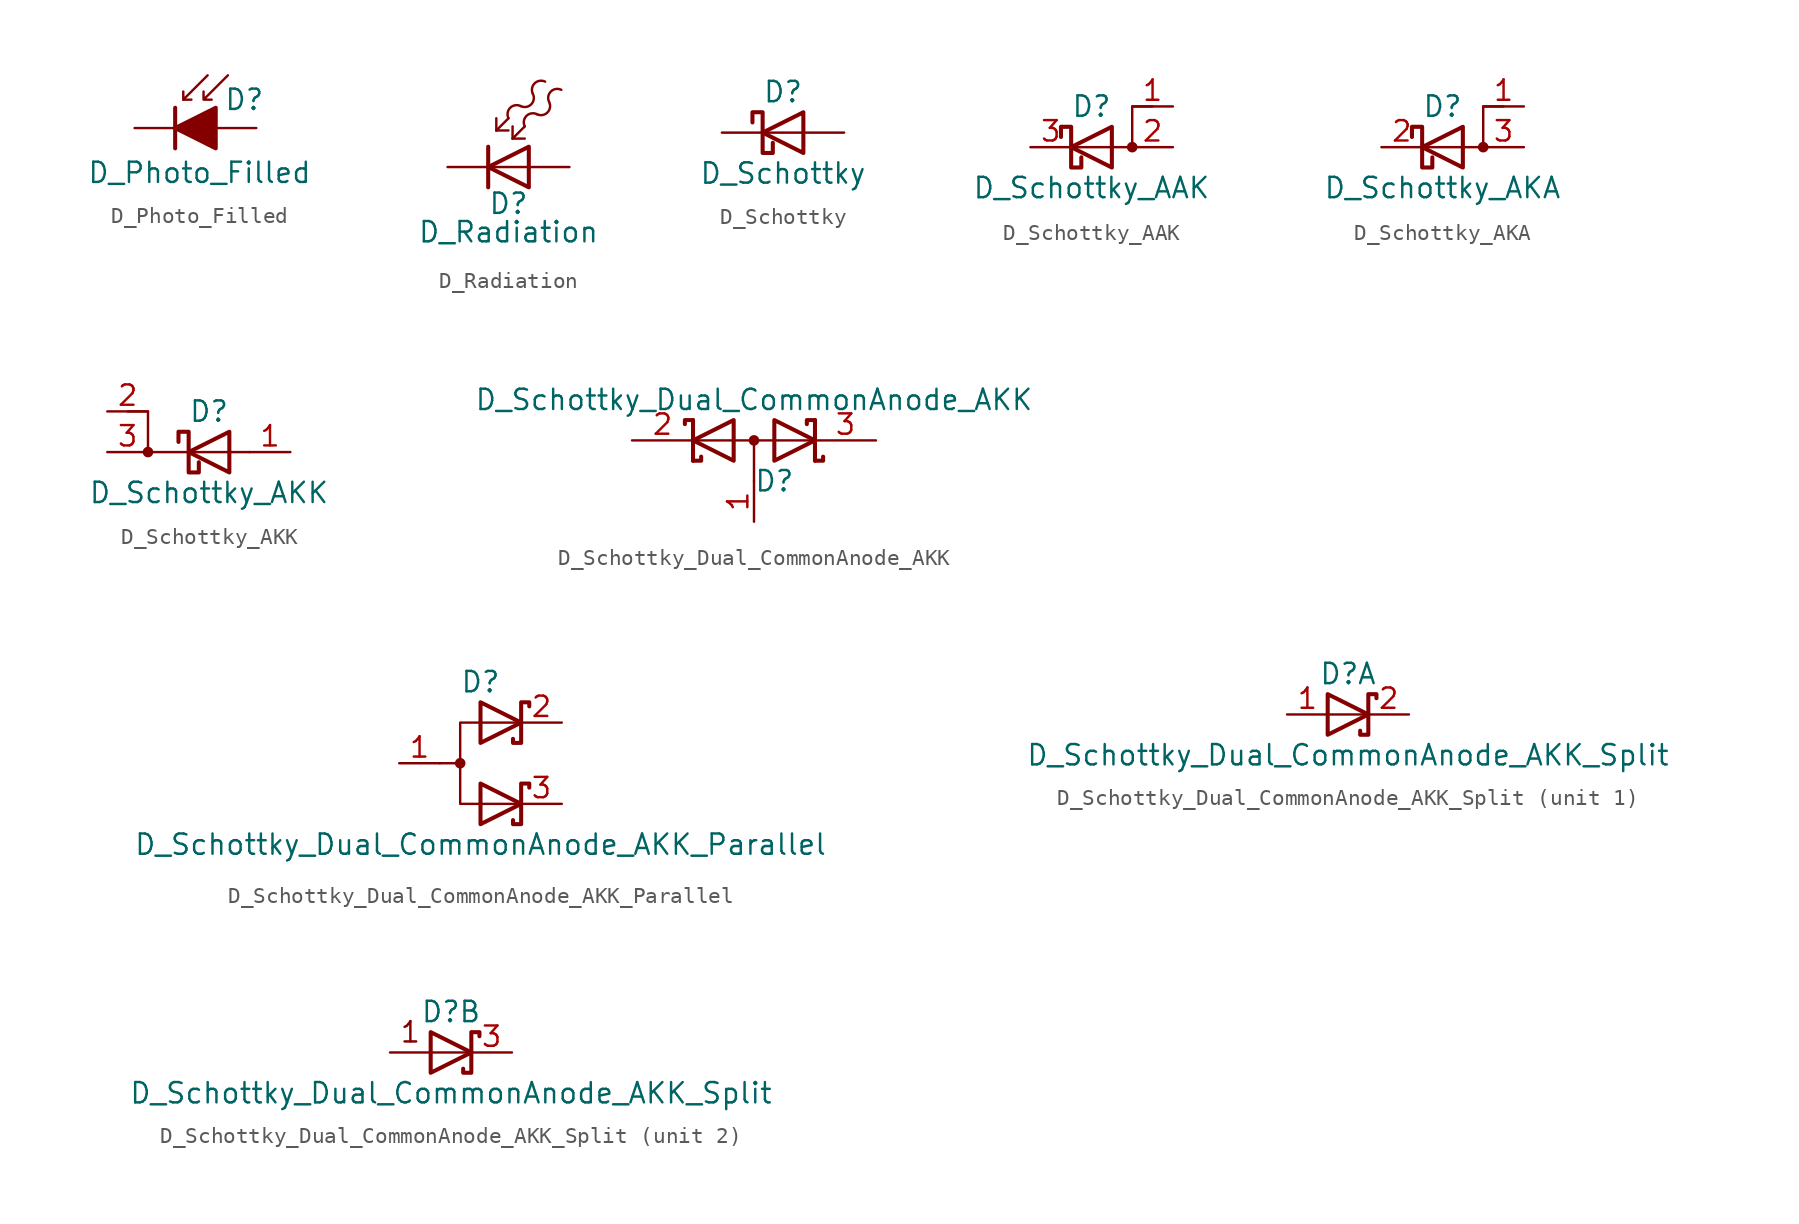
<source format=kicad_sym>
(kicad_symbol_lib
  (version 20211014)
  (generator kicad_symbol_editor)
  (symbol "D_Photo_Filled"
    (pin_numbers hide)
    (pin_names hide)
    (property "Reference" "D"
      (at 0.508 1.778 0)
      (effects (font (size 1.27 1.27)) (justify left)))
    (property "Value" "D_Photo_Filled"
      (at -1.016 -2.794 0)
      (effects (font (size 1.27 1.27))))
    (symbol "D_Photo_Filled_0_1"
      (polyline (pts (xy -2.54 1.27) (xy -2.54 -1.27)) (stroke (width 0.254) (type default) (color 0 0 0 0)) (fill (type none)))
      (polyline (pts (xy -2.032 1.778) (xy -1.524 1.778)) (stroke (width 0) (type default) (color 0 0 0 0)) (fill (type none)))
      (polyline (pts (xy 0 0) (xy -2.54 0)) (stroke (width 0) (type default) (color 0 0 0 0)) (fill (type none)))
      (polyline (pts (xy -0.508 3.302) (xy -2.032 1.778) (xy -2.032 2.286)) (stroke (width 0) (type default) (color 0 0 0 0)) (fill (type none)))
      (polyline (pts (xy 0 -1.27) (xy 0 1.27) (xy -2.54 0) (xy 0 -1.27)) (stroke (width 0.254) (type default) (color 0 0 0 0)) (fill (type outline)))
      (polyline (pts (xy 0.762 3.302) (xy -0.762 1.778) (xy -0.762 2.286) (xy -0.762 1.778) (xy -0.254 1.778)) (stroke (width 0) (type default) (color 0 0 0 0)) (fill (type none))))
    (symbol "D_Photo_Filled_1_1"
      (pin passive line (at -5.08 0 0) (length 2.54) (name "K" (effects (font (size 1.27 1.27)))) (number "1" (effects (font (size 1.27 1.27)))))
      (pin passive line (at 2.54 0 180) (length 2.54) (name "A" (effects (font (size 1.27 1.27)))) (number "2" (effects (font (size 1.27 1.27)))))))
  (symbol "D_Radiation"
    (pin_numbers hide)
    (pin_names
      (offset 1.016) hide)
    (property "Reference" "D"
      (at -1.27 -2.286 0)
      (effects (font (size 1.27 1.27))))
    (property "Value" "D_Radiation"
      (at -1.27 -4.064 0)
      (effects (font (size 1.27 1.27))))
    (symbol "D_Radiation_0_1"
      (arc (start -0.508 3.81) (mid -1.1636 3.7036) (end -1.27 3.048) (stroke (width 0) (type default) (color 0 0 0 0)) (fill (type none)))
      (arc (start -0.508 3.81) (mid 0.1476 3.9164) (end 0.254 4.572) (stroke (width 0) (type default) (color 0 0 0 0)) (fill (type none)))
      (polyline (pts (xy -2.54 1.27) (xy -2.54 -1.27)) (stroke (width 0.254) (type default) (color 0 0 0 0)) (fill (type none)))
      (polyline (pts (xy -2.032 2.286) (xy -1.27 2.286)) (stroke (width 0) (type default) (color 0 0 0 0)) (fill (type none)))
      (polyline (pts (xy -2.032 2.286) (xy -1.27 3.048)) (stroke (width 0) (type default) (color 0 0 0 0)) (fill (type none)))
      (polyline (pts (xy -2.032 3.048) (xy -2.032 2.286)) (stroke (width 0) (type default) (color 0 0 0 0)) (fill (type none)))
      (polyline (pts (xy -1.016 1.778) (xy -0.254 1.778)) (stroke (width 0) (type default) (color 0 0 0 0)) (fill (type none)))
      (polyline (pts (xy -1.016 1.778) (xy -0.254 2.54)) (stroke (width 0) (type default) (color 0 0 0 0)) (fill (type none)))
      (polyline (pts (xy -1.016 2.54) (xy -1.016 1.778)) (stroke (width 0) (type default) (color 0 0 0 0)) (fill (type none)))
      (polyline (pts (xy 0 0) (xy -2.54 0)) (stroke (width 0) (type default) (color 0 0 0 0)) (fill (type none)))
      (polyline (pts (xy 0 1.27) (xy 0 -1.27) (xy -2.54 0) (xy 0 1.27)) (stroke (width 0.254) (type default) (color 0 0 0 0)) (fill (type none)))
      (arc (start 0.508 3.302) (mid -0.1476 3.1956) (end -0.254 2.54) (stroke (width 0) (type default) (color 0 0 0 0)) (fill (type none)))
      (arc (start 0.508 3.302) (mid 1.1636 3.4084) (end 1.27 4.064) (stroke (width 0) (type default) (color 0 0 0 0)) (fill (type none)))
      (arc (start 1.016 5.334) (mid 0.3604 5.2276) (end 0.254 4.572) (stroke (width 0) (type default) (color 0 0 0 0)) (fill (type none)))
      (arc (start 2.032 4.826) (mid 1.3764 4.7196) (end 1.27 4.064) (stroke (width 0) (type default) (color 0 0 0 0)) (fill (type none))))
    (symbol "D_Radiation_1_1"
      (pin passive line (at -5.08 0 0) (length 2.54) (name "K" (effects (font (size 1.27 1.27)))) (number "1" (effects (font (size 1.27 1.27)))))
      (pin passive line (at 2.54 0 180) (length 2.54) (name "A" (effects (font (size 1.27 1.27)))) (number "2" (effects (font (size 1.27 1.27)))))))
  (symbol "D_Schottky"
    (pin_numbers hide)
    (pin_names
      (offset 1.016) hide)
    (property "Reference" "D"
      (at 0 2.54 0)
      (effects (font (size 1.27 1.27))))
    (property "Value" "D_Schottky"
      (at 0 -2.54 0)
      (effects (font (size 1.27 1.27))))
    (symbol "D_Schottky_0_1"
      (polyline (pts (xy 1.27 0) (xy -1.27 0)) (stroke (width 0) (type default) (color 0 0 0 0)) (fill (type none)))
      (polyline (pts (xy 1.27 1.27) (xy 1.27 -1.27) (xy -1.27 0) (xy 1.27 1.27)) (stroke (width 0.254) (type default) (color 0 0 0 0)) (fill (type none)))
      (polyline (pts (xy -1.905 0.635) (xy -1.905 1.27) (xy -1.27 1.27) (xy -1.27 -1.27) (xy -0.635 -1.27) (xy -0.635 -0.635)) (stroke (width 0.254) (type default) (color 0 0 0 0)) (fill (type none))))
    (symbol "D_Schottky_1_1"
      (pin passive line (at -3.81 0 0) (length 2.54) (name "K" (effects (font (size 1.27 1.27)))) (number "1" (effects (font (size 1.27 1.27)))))
      (pin passive line (at 3.81 0 180) (length 2.54) (name "A" (effects (font (size 1.27 1.27)))) (number "2" (effects (font (size 1.27 1.27)))))))
  (symbol "D_Schottky_AAK"
    (pin_names
      (offset 0) hide)
    (property "Reference" "D"
      (at 0 2.54 0)
      (effects (font (size 1.27 1.27))))
    (property "Value" "D_Schottky_AAK"
      (at 0 -2.54 0)
      (effects (font (size 1.27 1.27))))
    (symbol "D_Schottky_AAK_0_1"
      (polyline (pts (xy 1.27 1.27) (xy 1.27 -1.27) (xy -1.27 0) (xy 1.27 1.27)) (stroke (width 0.254) (type default) (color 0 0 0 0)) (fill (type none)))
      (polyline (pts (xy 3.81 2.54) (xy 2.54 2.54) (xy 2.54 0) (xy -1.27 0)) (stroke (width 0) (type default) (color 0 0 0 0)) (fill (type none)))
      (polyline (pts (xy -1.905 0.635) (xy -1.905 1.27) (xy -1.27 1.27) (xy -1.27 -1.27) (xy -0.635 -1.27) (xy -0.635 -0.635)) (stroke (width 0.254) (type default) (color 0 0 0 0)) (fill (type none)))
      (circle (center 2.54 0) (radius 0.254) (stroke (width 0) (type default) (color 0 0 0 0)) (fill (type outline))))
    (symbol "D_Schottky_AAK_1_1"
      (pin passive line (at 5.08 2.54 180) (length 2.54) (name "A" (effects (font (size 1.27 1.27)))) (number "1" (effects (font (size 1.27 1.27)))))
      (pin passive line (at 5.08 0 180) (length 2.54) (name "A" (effects (font (size 1.27 1.27)))) (number "2" (effects (font (size 1.27 1.27)))))
      (pin passive line (at -3.81 0 0) (length 2.54) (name "K" (effects (font (size 1.27 1.27)))) (number "3" (effects (font (size 1.27 1.27)))))))
  (symbol "D_Schottky_AKA"
    (pin_names
      (offset 0) hide)
    (property "Reference" "D"
      (at 0 2.54 0)
      (effects (font (size 1.27 1.27))))
    (property "Value" "D_Schottky_AKA"
      (at 0 -2.54 0)
      (effects (font (size 1.27 1.27))))
    (symbol "D_Schottky_AKA_0_1"
      (polyline (pts (xy 1.27 1.27) (xy 1.27 -1.27) (xy -1.27 0) (xy 1.27 1.27)) (stroke (width 0.254) (type default) (color 0 0 0 0)) (fill (type none)))
      (polyline (pts (xy 3.81 2.54) (xy 2.54 2.54) (xy 2.54 0) (xy -1.27 0)) (stroke (width 0) (type default) (color 0 0 0 0)) (fill (type none)))
      (polyline (pts (xy -1.905 0.635) (xy -1.905 1.27) (xy -1.27 1.27) (xy -1.27 -1.27) (xy -0.635 -1.27) (xy -0.635 -0.635)) (stroke (width 0.254) (type default) (color 0 0 0 0)) (fill (type none)))
      (circle (center 2.54 0) (radius 0.254) (stroke (width 0) (type default) (color 0 0 0 0)) (fill (type outline))))
    (symbol "D_Schottky_AKA_1_1"
      (pin input line (at 5.08 2.54 180) (length 2.54) (name "A" (effects (font (size 1.27 1.27)))) (number "1" (effects (font (size 1.27 1.27)))))
      (pin passive line (at -3.81 0 0) (length 2.54) (name "K" (effects (font (size 1.27 1.27)))) (number "2" (effects (font (size 1.27 1.27)))))
      (pin passive line (at 5.08 0 180) (length 2.54) (name "A" (effects (font (size 1.27 1.27)))) (number "3" (effects (font (size 1.27 1.27)))))))
  (symbol "D_Schottky_AKK"
    (pin_names
      (offset 0) hide)
    (property "Reference" "D"
      (at 0 2.54 0)
      (effects (font (size 1.27 1.27))))
    (property "Value" "D_Schottky_AKK"
      (at 0 -2.54 0)
      (effects (font (size 1.27 1.27))))
    (symbol "D_Schottky_AKK_0_1"
      (circle (center -3.81 0) (radius 0.254) (stroke (width 0) (type default) (color 0 0 0 0)) (fill (type outline)))
      (polyline (pts (xy -5.08 2.54) (xy -3.81 2.54) (xy -3.81 0) (xy 2.54 0)) (stroke (width 0) (type default) (color 0 0 0 0)) (fill (type none)))
      (polyline (pts (xy 1.27 1.27) (xy 1.27 -1.27) (xy -1.27 0) (xy 1.27 1.27)) (stroke (width 0.254) (type default) (color 0 0 0 0)) (fill (type none)))
      (polyline (pts (xy -1.905 0.635) (xy -1.905 1.27) (xy -1.27 1.27) (xy -1.27 -1.27) (xy -0.635 -1.27) (xy -0.635 -0.635)) (stroke (width 0.254) (type default) (color 0 0 0 0)) (fill (type none))))
    (symbol "D_Schottky_AKK_1_1"
      (pin passive line (at 5.08 0 180) (length 2.54) (name "A" (effects (font (size 1.27 1.27)))) (number "1" (effects (font (size 1.27 1.27)))))
      (pin input line (at -6.35 2.54 0) (length 2.54) (name "K" (effects (font (size 1.27 1.27)))) (number "2" (effects (font (size 1.27 1.27)))))
      (pin passive line (at -6.35 0 0) (length 2.54) (name "K" (effects (font (size 1.27 1.27)))) (number "3" (effects (font (size 1.27 1.27)))))))
  (symbol "D_Schottky_Dual_CommonAnode_AKK"
    (pin_names
      (offset 0.762) hide)
    (property "Reference" "D"
      (at 1.27 -2.54 0)
      (effects (font (size 1.27 1.27))))
    (property "Value" "D_Schottky_Dual_CommonAnode_AKK"
      (at 0 2.54 0)
      (effects (font (size 1.27 1.27))))
    (symbol "D_Schottky_Dual_CommonAnode_AKK_0_1"
      (polyline (pts (xy -3.556 0) (xy 3.81 0)) (stroke (width 0) (type default) (color 0 0 0 0)) (fill (type none)))
      (polyline (pts (xy 0 0) (xy 0 -2.54)) (stroke (width 0) (type default) (color 0 0 0 0)) (fill (type none)))
      (polyline (pts (xy -3.81 1.27) (xy -3.81 -1.27) (xy -3.81 -1.27)) (stroke (width 0.254) (type default) (color 0 0 0 0)) (fill (type none)))
      (polyline (pts (xy 3.81 1.27) (xy 3.81 -1.27) (xy 3.81 -1.27)) (stroke (width 0.254) (type default) (color 0 0 0 0)) (fill (type none)))
      (polyline (pts (xy -3.81 1.27) (xy -4.318 1.27) (xy -4.318 1.016) (xy -4.318 1.016)) (stroke (width 0.254) (type default) (color 0 0 0 0)) (fill (type none)))
      (polyline (pts (xy 3.81 -1.27) (xy 4.318 -1.27) (xy 4.318 -1.016) (xy 4.318 -1.016)) (stroke (width 0.254) (type default) (color 0 0 0 0)) (fill (type none)))
      (polyline (pts (xy 3.81 1.27) (xy 3.302 1.27) (xy 3.302 1.016) (xy 3.302 1.016)) (stroke (width 0.254) (type default) (color 0 0 0 0)) (fill (type none)))
      (polyline (pts (xy -3.302 -1.016) (xy -3.302 -1.27) (xy -3.81 -1.27) (xy -3.81 -1.27) (xy -3.81 -1.27)) (stroke (width 0.254) (type default) (color 0 0 0 0)) (fill (type none)))
      (polyline (pts (xy -1.27 -1.27) (xy -3.81 0) (xy -1.27 1.27) (xy -1.27 -1.27) (xy -1.27 -1.27) (xy -1.27 -1.27)) (stroke (width 0.254) (type default) (color 0 0 0 0)) (fill (type none)))
      (polyline (pts (xy 1.27 1.27) (xy 3.81 0) (xy 1.27 -1.27) (xy 1.27 1.27) (xy 1.27 1.27) (xy 1.27 1.27)) (stroke (width 0.254) (type default) (color 0 0 0 0)) (fill (type none)))
      (circle (center 0 0) (radius 0.254) (stroke (width 0) (type default) (color 0 0 0 0)) (fill (type outline)))
      (pin passive line (at 0 -5.08 90) (length 2.54) (name "A" (effects (font (size 1.27 1.27)))) (number "1" (effects (font (size 1.27 1.27)))))
      (pin passive line (at -7.62 0 0) (length 3.81) (name "K" (effects (font (size 1.27 1.27)))) (number "2" (effects (font (size 1.27 1.27)))))
      (pin passive line (at 7.62 0 180) (length 3.81) (name "K" (effects (font (size 1.27 1.27)))) (number "3" (effects (font (size 1.27 1.27)))))))
  (symbol "D_Schottky_Dual_CommonAnode_AKK_Parallel"
    (pin_names
      (offset 0.762) hide)
    (property "Reference" "D"
      (at 0 5.08 0)
      (effects (font (size 1.27 1.27))))
    (property "Value" "D_Schottky_Dual_CommonAnode_AKK_Parallel"
      (at 0 -5.08 0)
      (effects (font (size 1.27 1.27))))
    (symbol "D_Schottky_Dual_CommonAnode_AKK_Parallel_0_1"
      (circle (center -1.27 0) (radius 0.254) (stroke (width 0) (type default) (color 0 0 0 0)) (fill (type outline)))
      (polyline (pts (xy -1.27 0) (xy -2.54 0)) (stroke (width 0) (type default) (color 0 0 0 0)) (fill (type none)))
      (polyline (pts (xy 2.54 2.54) (xy -1.27 2.54) (xy -1.27 -2.54) (xy 2.54 -2.54)) (stroke (width 0) (type default) (color 0 0 0 0)) (fill (type none)))
      (polyline (pts (xy 0 -1.27) (xy 2.54 -2.54) (xy 0 -3.81) (xy 0 -1.27) (xy 0 -1.27) (xy 0 -1.27)) (stroke (width 0.254) (type default) (color 0 0 0 0)) (fill (type none)))
      (polyline (pts (xy 0 3.81) (xy 2.54 2.54) (xy 0 1.27) (xy 0 3.81) (xy 0 3.81) (xy 0 3.81)) (stroke (width 0.254) (type default) (color 0 0 0 0)) (fill (type none)))
      (polyline (pts (xy 3.048 -1.524) (xy 3.048 -1.27) (xy 2.54 -1.27) (xy 2.54 -3.81) (xy 2.032 -3.81) (xy 2.032 -3.556)) (stroke (width 0.254) (type default) (color 0 0 0 0)) (fill (type none)))
      (polyline (pts (xy 3.048 3.556) (xy 3.048 3.81) (xy 2.54 3.81) (xy 2.54 1.27) (xy 2.032 1.27) (xy 2.032 1.524)) (stroke (width 0.254) (type default) (color 0 0 0 0)) (fill (type none)))
      (pin passive line (at -5.08 0 0) (length 2.54) (name "A" (effects (font (size 1.27 1.27)))) (number "1" (effects (font (size 1.27 1.27)))))
      (pin passive line (at 5.08 2.54 180) (length 2.54) (name "K" (effects (font (size 1.27 1.27)))) (number "2" (effects (font (size 1.27 1.27)))))
      (pin passive line (at 5.08 -2.54 180) (length 2.54) (name "K" (effects (font (size 1.27 1.27)))) (number "3" (effects (font (size 1.27 1.27)))))))
  (symbol "D_Schottky_Dual_CommonAnode_AKK_Split"
    (pin_names
      (offset 0.762) hide)
    (property "Reference" "D"
      (at 0 2.54 0)
      (effects (font (size 1.27 1.27))))
    (property "Value" "D_Schottky_Dual_CommonAnode_AKK_Split"
      (at 0 -2.54 0)
      (effects (font (size 1.27 1.27))))
    (property "ki_locked" ""
      (at 0 0 0)
      (effects (font (size 1.27 1.27))))
    (symbol "D_Schottky_Dual_CommonAnode_AKK_Split_0_1"
      (polyline (pts (xy -1.27 1.27) (xy 1.27 0) (xy -1.27 -1.27) (xy -1.27 1.27) (xy -1.27 1.27) (xy -1.27 1.27)) (stroke (width 0.254) (type default) (color 0 0 0 0)) (fill (type none)))
      (polyline (pts (xy 1.778 1.016) (xy 1.778 1.27) (xy 1.27 1.27) (xy 1.27 -1.27) (xy 0.762 -1.27) (xy 0.762 -1.016)) (stroke (width 0.254) (type default) (color 0 0 0 0)) (fill (type none))))
    (symbol "D_Schottky_Dual_CommonAnode_AKK_Split_1_1"
      (polyline (pts (xy 1.27 0) (xy -1.27 0)) (stroke (width 0) (type default) (color 0 0 0 0)) (fill (type none)))
      (pin passive line (at -3.81 0 0) (length 2.54) (name "A" (effects (font (size 1.27 1.27)))) (number "1" (effects (font (size 1.27 1.27)))))
      (pin passive line (at 3.81 0 180) (length 2.54) (name "K" (effects (font (size 1.27 1.27)))) (number "2" (effects (font (size 1.27 1.27))))))
    (symbol "D_Schottky_Dual_CommonAnode_AKK_Split_2_0"
      (polyline (pts (xy 1.27 0) (xy -3.81 0)) (stroke (width 0) (type default) (color 0 0 0 0)) (fill (type none)))
      (text "1" (at -2.54 1.27 0) (effects (font (size 1.27 1.27)))))
    (symbol "D_Schottky_Dual_CommonAnode_AKK_Split_2_1"
      (pin passive line (at 3.81 0 180) (length 2.54) (name "K" (effects (font (size 1.27 1.27)))) (number "3" (effects (font (size 1.27 1.27))))))))
</source>
